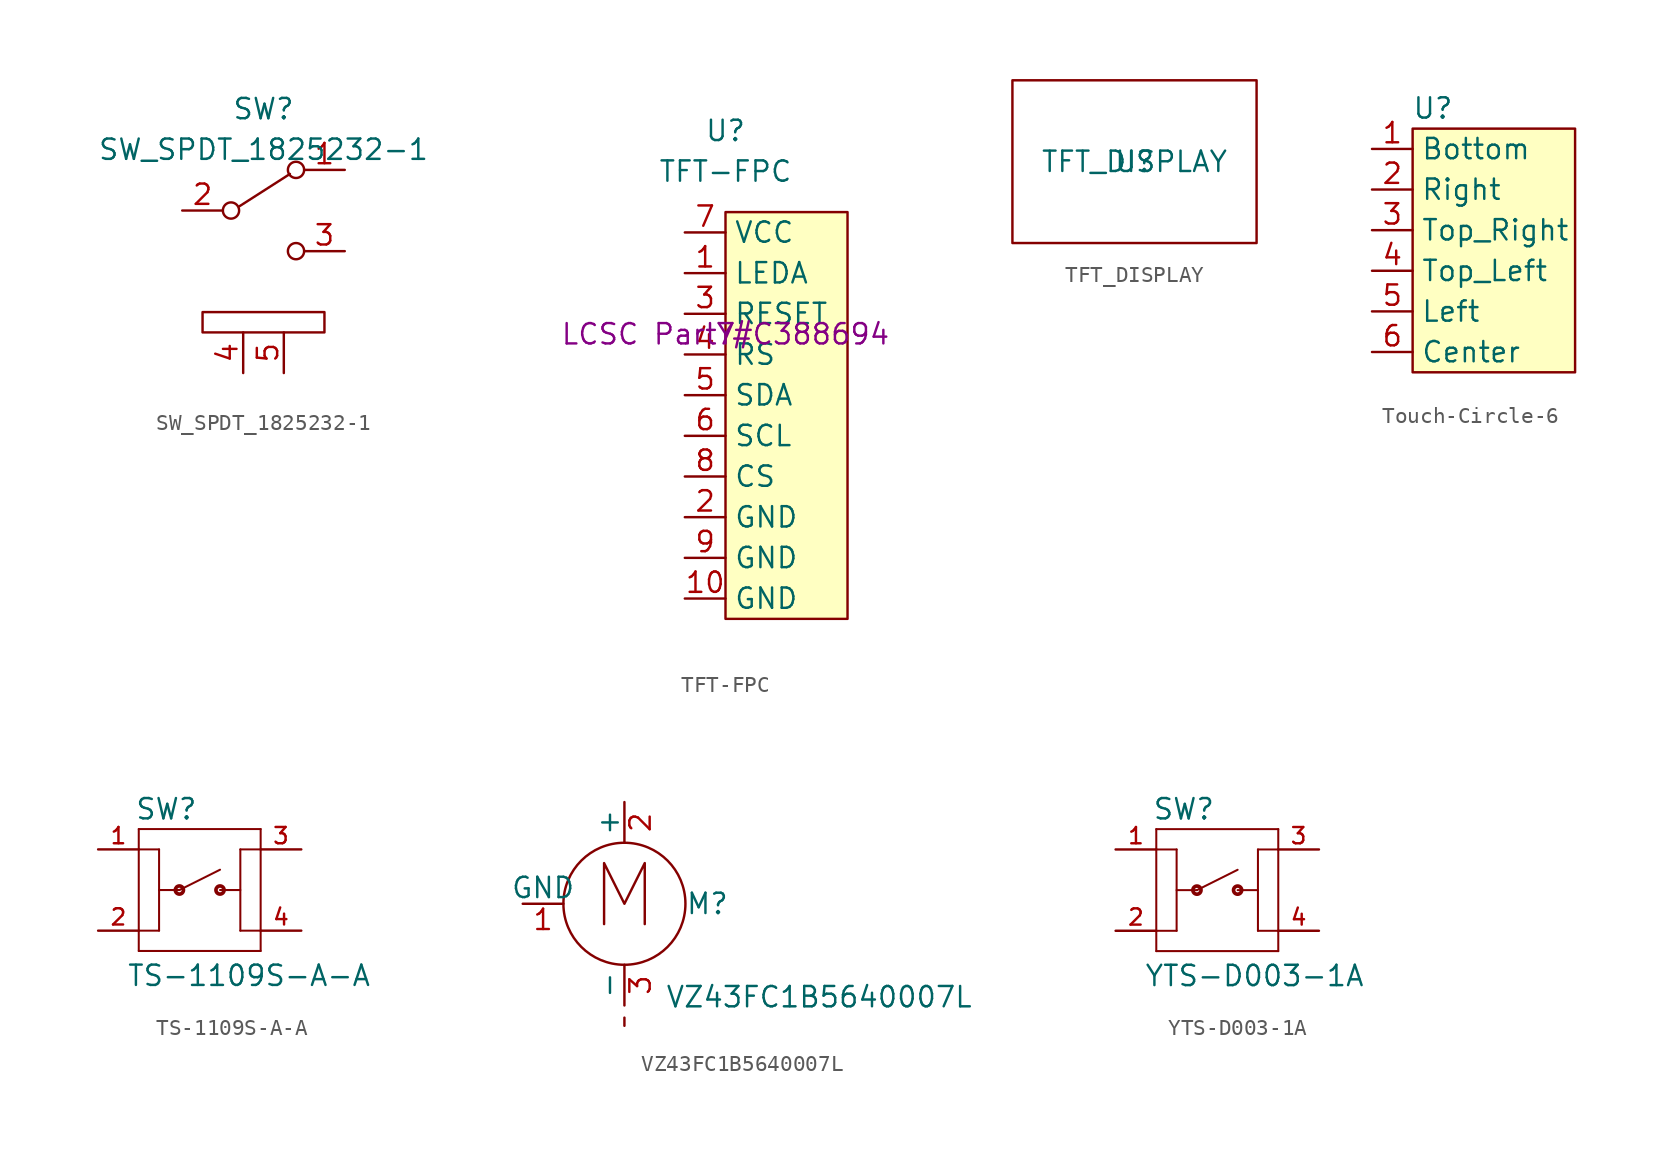
<source format=kicad_sym>
(kicad_symbol_lib
  (version 20220914)
  (generator kicad_symbol_editor)
  (symbol "SW_SPDT_1825232-1"
    (pin_names
      (offset 0) hide)
    (property "Reference" "SW"
      (at 0 6.35 0)
      (effects (font (size 1.27 1.27))))
    (property "Value" "SW_SPDT_1825232-1"
      (at 0 3.81 0)
      (effects (font (size 1.27 1.27))))
    (symbol "SW_SPDT_1825232-1_0_0"
      (circle (center -2.032 0) (radius 0.508) (stroke (width 0) (type default)) (fill (type none)))
      (circle (center 2.032 -2.54) (radius 0.508) (stroke (width 0) (type default)) (fill (type none))))
    (symbol "SW_SPDT_1825232-1_0_1"
      (rectangle (start -3.81 -7.62) (end 3.81 -6.35) (stroke (width 0) (type default)) (fill (type none)))
      (polyline (pts (xy -1.524 0.254) (xy 1.651 2.286)) (stroke (width 0) (type default)) (fill (type none)))
      (circle (center 2.032 2.54) (radius 0.508) (stroke (width 0) (type default)) (fill (type none))))
    (symbol "SW_SPDT_1825232-1_1_1"
      (pin passive line (at 5.08 2.54 180) (length 2.54) (name "A" (effects (font (size 1.27 1.27)))) (number "1" (effects (font (size 1.27 1.27)))))
      (pin passive line (at -5.08 0 0) (length 2.54) (name "B" (effects (font (size 1.27 1.27)))) (number "2" (effects (font (size 1.27 1.27)))))
      (pin passive line (at 5.08 -2.54 180) (length 2.54) (name "C" (effects (font (size 1.27 1.27)))) (number "3" (effects (font (size 1.27 1.27)))))
      (pin input line (at -1.27 -10.16 90) (length 2.54) (name "D" (effects (font (size 1.27 1.27)))) (number "4" (effects (font (size 1.27 1.27)))))
      (pin input line (at 1.27 -10.16 90) (length 2.54) (name "E" (effects (font (size 1.27 1.27)))) (number "5" (effects (font (size 1.27 1.27)))))))
  (symbol "TFT-FPC"
    (property "Reference" "U"
      (at 0 12.7 0)
      (effects (font (size 1.27 1.27))))
    (property "Value" "TFT-FPC"
      (at 0 10.16 0)
      (effects (font (size 1.27 1.27))))
    (property "Digikey" "LCSC Part #C388694"
      (at 0 0 0)
      (effects (font (size 1.27 1.27))))
    (property "Substitutable" "Y"
      (at 0 0 0)
      (effects (font (size 1.27 1.27))))
    (property "Cost100" "7"
      (at 0 0 0)
      (effects (font (size 1.27 1.27))))
    (symbol "TFT-FPC_0_1"
      (rectangle (start 0 7.62) (end 7.62 -17.78) (stroke (width 0) (type default)) (fill (type background))))
    (symbol "TFT-FPC_1_1"
      (pin input line (at -2.54 3.81 0) (length 2.54) (name "LEDA" (effects (font (size 1.27 1.27)))) (number "1" (effects (font (size 1.27 1.27)))))
      (pin input line (at -2.54 -16.51 0) (length 2.54) (name "GND" (effects (font (size 1.27 1.27)))) (number "10" (effects (font (size 1.27 1.27)))))
      (pin input line (at -2.54 -11.43 0) (length 2.54) (name "GND" (effects (font (size 1.27 1.27)))) (number "2" (effects (font (size 1.27 1.27)))))
      (pin input line (at -2.54 1.27 0) (length 2.54) (name "RESET" (effects (font (size 1.27 1.27)))) (number "3" (effects (font (size 1.27 1.27)))))
      (pin input line (at -2.54 -1.27 0) (length 2.54) (name "RS" (effects (font (size 1.27 1.27)))) (number "4" (effects (font (size 1.27 1.27)))))
      (pin input line (at -2.54 -3.81 0) (length 2.54) (name "SDA" (effects (font (size 1.27 1.27)))) (number "5" (effects (font (size 1.27 1.27)))))
      (pin input line (at -2.54 -6.35 0) (length 2.54) (name "SCL" (effects (font (size 1.27 1.27)))) (number "6" (effects (font (size 1.27 1.27)))))
      (pin input line (at -2.54 6.35 0) (length 2.54) (name "VCC" (effects (font (size 1.27 1.27)))) (number "7" (effects (font (size 1.27 1.27)))))
      (pin input line (at -2.54 -8.89 0) (length 2.54) (name "CS" (effects (font (size 1.27 1.27)))) (number "8" (effects (font (size 1.27 1.27)))))
      (pin input line (at -2.54 -13.97 0) (length 2.54) (name "GND" (effects (font (size 1.27 1.27)))) (number "9" (effects (font (size 1.27 1.27)))))))
  (symbol "TFT_DISPLAY"
    (pin_names
      (offset 1.016))
    (property "Reference" "U"
      (at 0 0 0)
      (effects (font (size 1.27 1.27))))
    (property "Value" "TFT_DISPLAY"
      (at 0 0 0)
      (effects (font (size 1.27 1.27))))
    (symbol "TFT_DISPLAY_0_1"
      (rectangle (start -7.62 5.08) (end 7.62 -5.08) (stroke (width 0) (type default)) (fill (type none)))))
  (symbol "Touch-Circle-6"
    (property "Reference" "U"
      (at 3.81 7.62 0)
      (effects (font (size 1.27 1.27))))
    (property "Value" ""
      (at 0 0 0)
      (effects (font (size 1.27 1.27))))
    (symbol "Touch-Circle-6_1_1"
      (rectangle (start 2.54 6.35) (end 12.7 -8.89) (stroke (width 0) (type default)) (fill (type background)))
      (pin input line (at 0 5.08 0) (length 2.54) (name "Bottom" (effects (font (size 1.27 1.27)))) (number "1" (effects (font (size 1.27 1.27)))))
      (pin input line (at 0 2.54 0) (length 2.54) (name "Right" (effects (font (size 1.27 1.27)))) (number "2" (effects (font (size 1.27 1.27)))))
      (pin input line (at 0 0 0) (length 2.54) (name "Top_Right" (effects (font (size 1.27 1.27)))) (number "3" (effects (font (size 1.27 1.27)))))
      (pin input line (at 0 -2.54 0) (length 2.54) (name "Top_Left" (effects (font (size 1.27 1.27)))) (number "4" (effects (font (size 1.27 1.27)))))
      (pin input line (at 0 -5.08 0) (length 2.54) (name "Left" (effects (font (size 1.27 1.27)))) (number "5" (effects (font (size 1.27 1.27)))))
      (pin input line (at 0 -7.62 0) (length 2.54) (name "Center" (effects (font (size 1.27 1.27)))) (number "6" (effects (font (size 1.27 1.27)))))))
  (symbol "TS-1109S-A-A"
    (pin_names
      (offset 1.016) hide)
    (property "Reference" "SW"
      (at -4.064 4.318 0)
      (effects (font (size 1.27 1.27)) (justify left bottom)))
    (property "Value" "TS-1109S-A-A"
      (at -4.572 -6.096 0)
      (effects (font (size 1.27 1.27)) (justify left bottom)))
    (symbol "TS-1109S-A-A_0_0"
      (circle (center -1.27 0) (radius 0.254) (stroke (width 0.229) (type default)) (fill (type none)))
      (polyline (pts (xy -3.81 -3.81) (xy 3.81 -3.81)) (stroke (width 0.127) (type default)) (fill (type none)))
      (polyline (pts (xy -3.81 -2.54) (xy -3.81 -3.81)) (stroke (width 0.127) (type default)) (fill (type none)))
      (polyline (pts (xy -3.81 2.54) (xy -3.81 -2.54)) (stroke (width 0.127) (type default)) (fill (type none)))
      (polyline (pts (xy -3.81 2.54) (xy -2.54 2.54)) (stroke (width 0.127) (type default)) (fill (type none)))
      (polyline (pts (xy -3.81 3.81) (xy -3.81 2.54)) (stroke (width 0.127) (type default)) (fill (type none)))
      (polyline (pts (xy -3.81 3.81) (xy 3.81 3.81)) (stroke (width 0.127) (type default)) (fill (type none)))
      (polyline (pts (xy -2.54 -2.54) (xy -3.81 -2.54)) (stroke (width 0.127) (type default)) (fill (type none)))
      (polyline (pts (xy -2.54 0) (xy -1.27 0)) (stroke (width 0.127) (type default)) (fill (type none)))
      (polyline (pts (xy -2.54 2.54) (xy -2.54 -2.54)) (stroke (width 0.127) (type default)) (fill (type none)))
      (polyline (pts (xy -1.27 0) (xy 1.27 1.27)) (stroke (width 0.127) (type default)) (fill (type none)))
      (polyline (pts (xy 1.27 0) (xy 2.54 0)) (stroke (width 0.127) (type default)) (fill (type none)))
      (polyline (pts (xy 2.54 -2.54) (xy 3.81 -2.54)) (stroke (width 0.127) (type default)) (fill (type none)))
      (polyline (pts (xy 2.54 2.54) (xy 2.54 -2.54)) (stroke (width 0.127) (type default)) (fill (type none)))
      (polyline (pts (xy 3.81 -2.54) (xy 3.81 -3.81)) (stroke (width 0.127) (type default)) (fill (type none)))
      (polyline (pts (xy 3.81 2.54) (xy 2.54 2.54)) (stroke (width 0.127) (type default)) (fill (type none)))
      (polyline (pts (xy 3.81 2.54) (xy 3.81 -2.54)) (stroke (width 0.127) (type default)) (fill (type none)))
      (polyline (pts (xy 3.81 3.81) (xy 3.81 2.54)) (stroke (width 0.127) (type default)) (fill (type none)))
      (circle (center 1.27 0) (radius 0.254) (stroke (width 0.229) (type default)) (fill (type none)))
      (pin passive line (at -6.35 2.54 0) (length 2.54) (name "1" (effects (font (size 1.016 1.016)))) (number "1" (effects (font (size 1.016 1.016)))))
      (pin passive line (at -6.35 -2.54 0) (length 2.54) (name "2" (effects (font (size 1.016 1.016)))) (number "2" (effects (font (size 1.016 1.016)))))
      (pin passive line (at 6.35 2.54 180) (length 2.54) (name "3" (effects (font (size 1.016 1.016)))) (number "3" (effects (font (size 1.016 1.016)))))
      (pin passive line (at 6.35 -2.54 180) (length 2.54) (name "4" (effects (font (size 1.016 1.016)))) (number "4" (effects (font (size 1.016 1.016)))))))
  (symbol "VZ43FC1B5640007L"
    (pin_names
      (offset 0))
    (property "Reference" "M"
      (at 3.81 0 0)
      (effects (font (size 1.27 1.27)) (justify left)))
    (property "Value" "VZ43FC1B5640007L"
      (at 2.54 -5.08 0)
      (effects (font (size 1.27 1.27)) (justify left top)))
    (symbol "VZ43FC1B5640007L_0_0"
      (polyline (pts (xy -1.27 -1.27) (xy -1.27 2.54) (xy 0 0) (xy 1.27 2.54) (xy 1.27 -1.27)) (stroke (width 0) (type default)) (fill (type none))))
    (symbol "VZ43FC1B5640007L_0_1"
      (polyline (pts (xy 0 -7.62) (xy 0 -7.112)) (stroke (width 0) (type default)) (fill (type none)))
      (circle (center 0 0) (radius 3.81) (stroke (width 0) (type default)) (fill (type none))))
    (symbol "VZ43FC1B5640007L_1_1"
      (pin passive line (at -6.35 0 0) (length 2.54) (name "GND" (effects (font (size 1.27 1.27)))) (number "1" (effects (font (size 1.27 1.27)))))
      (pin passive line (at 0 6.35 270) (length 2.54) (name "+" (effects (font (size 1.27 1.27)))) (number "2" (effects (font (size 1.27 1.27)))))
      (pin passive line (at 0 -6.35 90) (length 2.54) (name "-" (effects (font (size 1.27 1.27)))) (number "3" (effects (font (size 1.27 1.27)))))))
  (symbol "YTS-D003-1A"
    (pin_names
      (offset 1.016) hide)
    (property "Reference" "SW"
      (at -4.064 4.318 0)
      (effects (font (size 1.27 1.27)) (justify left bottom)))
    (property "Value" "YTS-D003-1A"
      (at -4.572 -6.096 0)
      (effects (font (size 1.27 1.27)) (justify left bottom)))
    (symbol "YTS-D003-1A_0_0"
      (circle (center -1.27 0) (radius 0.254) (stroke (width 0.229) (type default)) (fill (type none)))
      (polyline (pts (xy -3.81 -3.81) (xy 3.81 -3.81)) (stroke (width 0.127) (type default)) (fill (type none)))
      (polyline (pts (xy -3.81 -2.54) (xy -3.81 -3.81)) (stroke (width 0.127) (type default)) (fill (type none)))
      (polyline (pts (xy -3.81 2.54) (xy -3.81 -2.54)) (stroke (width 0.127) (type default)) (fill (type none)))
      (polyline (pts (xy -3.81 2.54) (xy -2.54 2.54)) (stroke (width 0.127) (type default)) (fill (type none)))
      (polyline (pts (xy -3.81 3.81) (xy -3.81 2.54)) (stroke (width 0.127) (type default)) (fill (type none)))
      (polyline (pts (xy -3.81 3.81) (xy 3.81 3.81)) (stroke (width 0.127) (type default)) (fill (type none)))
      (polyline (pts (xy -2.54 -2.54) (xy -3.81 -2.54)) (stroke (width 0.127) (type default)) (fill (type none)))
      (polyline (pts (xy -2.54 0) (xy -1.27 0)) (stroke (width 0.127) (type default)) (fill (type none)))
      (polyline (pts (xy -2.54 2.54) (xy -2.54 -2.54)) (stroke (width 0.127) (type default)) (fill (type none)))
      (polyline (pts (xy -1.27 0) (xy 1.27 1.27)) (stroke (width 0.127) (type default)) (fill (type none)))
      (polyline (pts (xy 1.27 0) (xy 2.54 0)) (stroke (width 0.127) (type default)) (fill (type none)))
      (polyline (pts (xy 2.54 -2.54) (xy 3.81 -2.54)) (stroke (width 0.127) (type default)) (fill (type none)))
      (polyline (pts (xy 2.54 2.54) (xy 2.54 -2.54)) (stroke (width 0.127) (type default)) (fill (type none)))
      (polyline (pts (xy 3.81 -2.54) (xy 3.81 -3.81)) (stroke (width 0.127) (type default)) (fill (type none)))
      (polyline (pts (xy 3.81 2.54) (xy 2.54 2.54)) (stroke (width 0.127) (type default)) (fill (type none)))
      (polyline (pts (xy 3.81 2.54) (xy 3.81 -2.54)) (stroke (width 0.127) (type default)) (fill (type none)))
      (polyline (pts (xy 3.81 3.81) (xy 3.81 2.54)) (stroke (width 0.127) (type default)) (fill (type none)))
      (circle (center 1.27 0) (radius 0.254) (stroke (width 0.229) (type default)) (fill (type none)))
      (pin passive line (at -6.35 2.54 0) (length 2.54) (name "1" (effects (font (size 1.016 1.016)))) (number "1" (effects (font (size 1.016 1.016)))))
      (pin passive line (at -6.35 -2.54 0) (length 2.54) (name "2" (effects (font (size 1.016 1.016)))) (number "2" (effects (font (size 1.016 1.016)))))
      (pin passive line (at 6.35 2.54 180) (length 2.54) (name "3" (effects (font (size 1.016 1.016)))) (number "3" (effects (font (size 1.016 1.016)))))
      (pin passive line (at 6.35 -2.54 180) (length 2.54) (name "4" (effects (font (size 1.016 1.016)))) (number "4" (effects (font (size 1.016 1.016))))))))
</source>
